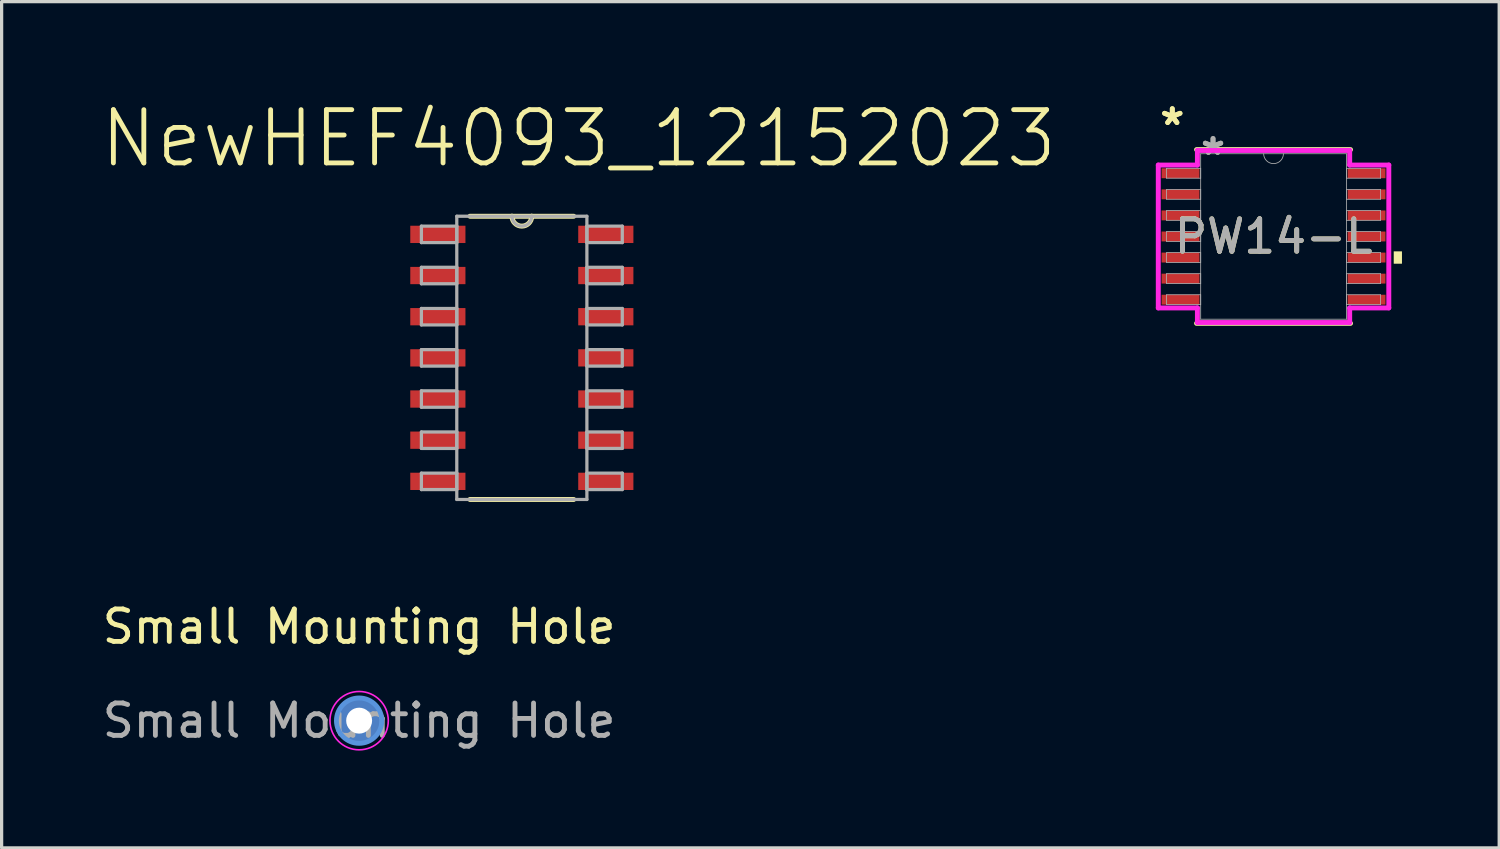
<source format=kicad_pcb>
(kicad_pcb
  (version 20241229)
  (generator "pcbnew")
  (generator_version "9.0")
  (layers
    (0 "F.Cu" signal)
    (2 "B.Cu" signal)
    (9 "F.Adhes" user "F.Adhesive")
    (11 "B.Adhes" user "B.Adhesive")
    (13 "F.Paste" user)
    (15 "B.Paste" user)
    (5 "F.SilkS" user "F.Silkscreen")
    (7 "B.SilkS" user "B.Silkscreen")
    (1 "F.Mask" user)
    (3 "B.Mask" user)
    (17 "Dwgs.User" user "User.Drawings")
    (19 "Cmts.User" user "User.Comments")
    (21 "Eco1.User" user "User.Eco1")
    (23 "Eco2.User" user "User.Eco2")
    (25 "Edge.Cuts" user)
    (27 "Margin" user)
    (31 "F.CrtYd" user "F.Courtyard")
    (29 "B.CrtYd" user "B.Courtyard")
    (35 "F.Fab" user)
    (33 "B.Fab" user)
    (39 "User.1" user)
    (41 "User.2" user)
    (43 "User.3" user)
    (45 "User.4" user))
  (footprint "NewHEF4093_12152023"
    (layer "F.Cu")
    (at 13.05 7.991)
    (property "Reference" "NewHEF4093_12152023" (at 1.755 -6.767 0) (layer "F.SilkS") (effects (font (size 1.643 1.643) (thickness 0.15))))
    (attr smd)
    (fp_line (start -1.6 4.369) (end 1.6 4.369) (stroke (width 0.152) (type solid)) (layer "F.SilkS"))
    (fp_line (start -0.305 -4.369) (end -1.6 -4.369) (stroke (width 0.152) (type solid)) (layer "F.SilkS"))
    (fp_line (start 0.305 -4.369) (end -0.305 -4.369) (stroke (width 0.152) (type solid)) (layer "F.SilkS"))
    (fp_line (start 1.6 -4.369) (end 0.305 -4.369) (stroke (width 0.152) (type solid)) (layer "F.SilkS"))
    (fp_arc (start 0.3048 -4.3688) (mid 0 -4.064) (end -0.3048 -4.3688) (stroke (width 0.1524) (type solid)) (layer "F.SilkS"))
    (fp_line (start -3.099 -4.064) (end -3.099 -3.556) (stroke (width 0.1) (type solid)) (layer "F.Fab"))
    (fp_line (start -3.099 -3.556) (end -2.007 -3.556) (stroke (width 0.1) (type solid)) (layer "F.Fab"))
    (fp_line (start -3.099 -2.794) (end -3.099 -2.286) (stroke (width 0.1) (type solid)) (layer "F.Fab"))
    (fp_line (start -3.099 -2.286) (end -2.007 -2.286) (stroke (width 0.1) (type solid)) (layer "F.Fab"))
    (fp_line (start -3.099 -1.524) (end -3.099 -1.016) (stroke (width 0.1) (type solid)) (layer "F.Fab"))
    (fp_line (start -3.099 -1.016) (end -2.007 -1.016) (stroke (width 0.1) (type solid)) (layer "F.Fab"))
    (fp_line (start -3.099 -0.254) (end -3.099 0.254) (stroke (width 0.1) (type solid)) (layer "F.Fab"))
    (fp_line (start -3.099 0.254) (end -2.007 0.254) (stroke (width 0.1) (type solid)) (layer "F.Fab"))
    (fp_line (start -3.099 1.016) (end -3.099 1.524) (stroke (width 0.1) (type solid)) (layer "F.Fab"))
    (fp_line (start -3.099 1.524) (end -2.007 1.524) (stroke (width 0.1) (type solid)) (layer "F.Fab"))
    (fp_line (start -3.099 2.286) (end -3.099 2.794) (stroke (width 0.1) (type solid)) (layer "F.Fab"))
    (fp_line (start -3.099 2.794) (end -2.007 2.794) (stroke (width 0.1) (type solid)) (layer "F.Fab"))
    (fp_line (start -3.099 3.556) (end -3.099 4.064) (stroke (width 0.1) (type solid)) (layer "F.Fab"))
    (fp_line (start -3.099 4.064) (end -2.007 4.064) (stroke (width 0.1) (type solid)) (layer "F.Fab"))
    (fp_line (start -2.007 -4.369) (end -2.007 4.369) (stroke (width 0.1) (type solid)) (layer "F.Fab"))
    (fp_line (start -2.007 -4.064) (end -3.099 -4.064) (stroke (width 0.1) (type solid)) (layer "F.Fab"))
    (fp_line (start -2.007 -3.556) (end -2.007 -4.064) (stroke (width 0.1) (type solid)) (layer "F.Fab"))
    (fp_line (start -2.007 -2.794) (end -3.099 -2.794) (stroke (width 0.1) (type solid)) (layer "F.Fab"))
    (fp_line (start -2.007 -2.286) (end -2.007 -2.794) (stroke (width 0.1) (type solid)) (layer "F.Fab"))
    (fp_line (start -2.007 -1.524) (end -3.099 -1.524) (stroke (width 0.1) (type solid)) (layer "F.Fab"))
    (fp_line (start -2.007 -1.016) (end -2.007 -1.524) (stroke (width 0.1) (type solid)) (layer "F.Fab"))
    (fp_line (start -2.007 -0.254) (end -3.099 -0.254) (stroke (width 0.1) (type solid)) (layer "F.Fab"))
    (fp_line (start -2.007 0.254) (end -2.007 -0.254) (stroke (width 0.1) (type solid)) (layer "F.Fab"))
    (fp_line (start -2.007 1.016) (end -3.099 1.016) (stroke (width 0.1) (type solid)) (layer "F.Fab"))
    (fp_line (start -2.007 1.524) (end -2.007 1.016) (stroke (width 0.1) (type solid)) (layer "F.Fab"))
    (fp_line (start -2.007 2.286) (end -3.099 2.286) (stroke (width 0.1) (type solid)) (layer "F.Fab"))
    (fp_line (start -2.007 2.794) (end -2.007 2.286) (stroke (width 0.1) (type solid)) (layer "F.Fab"))
    (fp_line (start -2.007 3.556) (end -3.099 3.556) (stroke (width 0.1) (type solid)) (layer "F.Fab"))
    (fp_line (start -2.007 4.064) (end -2.007 3.556) (stroke (width 0.1) (type solid)) (layer "F.Fab"))
    (fp_line (start -2.007 4.369) (end 2.007 4.369) (stroke (width 0.1) (type solid)) (layer "F.Fab"))
    (fp_line (start -0.305 -4.369) (end -2.007 -4.369) (stroke (width 0.1) (type solid)) (layer "F.Fab"))
    (fp_line (start 0.305 -4.369) (end -0.305 -4.369) (stroke (width 0.1) (type solid)) (layer "F.Fab"))
    (fp_line (start 2.007 -4.369) (end 0.305 -4.369) (stroke (width 0.1) (type solid)) (layer "F.Fab"))
    (fp_line (start 2.007 -4.064) (end 2.007 -3.556) (stroke (width 0.1) (type solid)) (layer "F.Fab"))
    (fp_line (start 2.007 -3.556) (end 3.099 -3.556) (stroke (width 0.1) (type solid)) (layer "F.Fab"))
    (fp_line (start 2.007 -2.794) (end 2.007 -2.286) (stroke (width 0.1) (type solid)) (layer "F.Fab"))
    (fp_line (start 2.007 -2.286) (end 3.099 -2.286) (stroke (width 0.1) (type solid)) (layer "F.Fab"))
    (fp_line (start 2.007 -1.524) (end 2.007 -1.016) (stroke (width 0.1) (type solid)) (layer "F.Fab"))
    (fp_line (start 2.007 -1.016) (end 3.099 -1.016) (stroke (width 0.1) (type solid)) (layer "F.Fab"))
    (fp_line (start 2.007 -0.254) (end 2.007 0.254) (stroke (width 0.1) (type solid)) (layer "F.Fab"))
    (fp_line (start 2.007 0.254) (end 3.099 0.254) (stroke (width 0.1) (type solid)) (layer "F.Fab"))
    (fp_line (start 2.007 1.016) (end 2.007 1.524) (stroke (width 0.1) (type solid)) (layer "F.Fab"))
    (fp_line (start 2.007 1.524) (end 3.099 1.524) (stroke (width 0.1) (type solid)) (layer "F.Fab"))
    (fp_line (start 2.007 2.286) (end 2.007 2.794) (stroke (width 0.1) (type solid)) (layer "F.Fab"))
    (fp_line (start 2.007 2.794) (end 3.099 2.794) (stroke (width 0.1) (type solid)) (layer "F.Fab"))
    (fp_line (start 2.007 3.556) (end 2.007 4.064) (stroke (width 0.1) (type solid)) (layer "F.Fab"))
    (fp_line (start 2.007 4.064) (end 3.099 4.064) (stroke (width 0.1) (type solid)) (layer "F.Fab"))
    (fp_line (start 2.007 4.369) (end 2.007 -4.369) (stroke (width 0.1) (type solid)) (layer "F.Fab"))
    (fp_line (start 3.099 -4.064) (end 2.007 -4.064) (stroke (width 0.1) (type solid)) (layer "F.Fab"))
    (fp_line (start 3.099 -3.556) (end 3.099 -4.064) (stroke (width 0.1) (type solid)) (layer "F.Fab"))
    (fp_line (start 3.099 -2.794) (end 2.007 -2.794) (stroke (width 0.1) (type solid)) (layer "F.Fab"))
    (fp_line (start 3.099 -2.286) (end 3.099 -2.794) (stroke (width 0.1) (type solid)) (layer "F.Fab"))
    (fp_line (start 3.099 -1.524) (end 2.007 -1.524) (stroke (width 0.1) (type solid)) (layer "F.Fab"))
    (fp_line (start 3.099 -1.016) (end 3.099 -1.524) (stroke (width 0.1) (type solid)) (layer "F.Fab"))
    (fp_line (start 3.099 -0.254) (end 2.007 -0.254) (stroke (width 0.1) (type solid)) (layer "F.Fab"))
    (fp_line (start 3.099 0.254) (end 3.099 -0.254) (stroke (width 0.1) (type solid)) (layer "F.Fab"))
    (fp_line (start 3.099 1.016) (end 2.007 1.016) (stroke (width 0.1) (type solid)) (layer "F.Fab"))
    (fp_line (start 3.099 1.524) (end 3.099 1.016) (stroke (width 0.1) (type solid)) (layer "F.Fab"))
    (fp_line (start 3.099 2.286) (end 2.007 2.286) (stroke (width 0.1) (type solid)) (layer "F.Fab"))
    (fp_line (start 3.099 2.794) (end 3.099 2.286) (stroke (width 0.1) (type solid)) (layer "F.Fab"))
    (fp_line (start 3.099 3.556) (end 2.007 3.556) (stroke (width 0.1) (type solid)) (layer "F.Fab"))
    (fp_line (start 3.099 4.064) (end 3.099 3.556) (stroke (width 0.1) (type solid)) (layer "F.Fab"))
    (fp_arc (start 0.3048 -4.3688) (mid 0 -4.064) (end -0.3048 -4.3688) (stroke (width 0.1) (type solid)) (layer "F.Fab"))
    (pad "1" smd rect (at -2.591 -3.81) (size 1.702 0.533) (layers "F.Cu" "F.Mask" "F.Paste"))
    (pad "2" smd rect (at -2.591 -2.54) (size 1.702 0.533) (layers "F.Cu" "F.Mask" "F.Paste"))
    (pad "3" smd rect (at -2.591 -1.27) (size 1.702 0.533) (layers "F.Cu" "F.Mask" "F.Paste"))
    (pad "4" smd rect (at -2.591 0) (size 1.702 0.533) (layers "F.Cu" "F.Mask" "F.Paste"))
    (pad "5" smd rect (at -2.591 1.27) (size 1.702 0.533) (layers "F.Cu" "F.Mask" "F.Paste"))
    (pad "6" smd rect (at -2.591 2.54) (size 1.702 0.533) (layers "F.Cu" "F.Mask" "F.Paste"))
    (pad "7" smd rect (at -2.591 3.81) (size 1.702 0.533) (layers "F.Cu" "F.Mask" "F.Paste"))
    (pad "8" smd rect (at 2.591 3.81) (size 1.702 0.533) (layers "F.Cu" "F.Mask" "F.Paste"))
    (pad "9" smd rect (at 2.591 2.54) (size 1.702 0.533) (layers "F.Cu" "F.Mask" "F.Paste"))
    (pad "10" smd rect (at 2.591 1.27) (size 1.702 0.533) (layers "F.Cu" "F.Mask" "F.Paste"))
    (pad "11" smd rect (at 2.591 0) (size 1.702 0.533) (layers "F.Cu" "F.Mask" "F.Paste"))
    (pad "12" smd rect (at 2.591 -1.27) (size 1.702 0.533) (layers "F.Cu" "F.Mask" "F.Paste"))
    (pad "13" smd rect (at 2.591 -2.54) (size 1.702 0.533) (layers "F.Cu" "F.Mask" "F.Paste"))
    (pad "14" smd rect (at 2.591 -3.81) (size 1.702 0.533) (layers "F.Cu" "F.Mask" "F.Paste")))
  (footprint "Small Mounting Hole"
    (layer "F.Cu")
    (at 8.03 19.184)
    (property "Reference" "Small Mounting Hole" (at 0 -2.9 0) (layer "F.SilkS") (effects (font (size 1 1) (thickness 0.15))))
    (attr exclude_from_pos_files exclude_from_bom)
    (fp_circle (center 0 0) (end 0.7 0) (stroke (width 0.15) (type solid)) (fill no) (layer "Cmts.User"))
    (fp_circle (center 0 0) (end 0.9 0) (stroke (width 0.05) (type solid)) (fill no) (layer "F.CrtYd"))
    (fp_text user "${REFERENCE}" (at 0 0 0) (layer "F.Fab") (effects (font (size 1 1) (thickness 0.15))))
    (pad "1" thru_hole circle (at 0 0) (size 1.2 1.2) (drill 0.8) (layers "*.Cu" "*.Mask"))
    (pad "1" connect circle (at 0 0) (size 1.4 1.4) (layers "F.Cu" "F.Mask"))
    (pad "1" connect circle (at 0 0) (size 1.5 1.5) (layers "B.Cu" "B.Mask")))
  (footprint "PW14-L"
    (layer "F.Cu")
    (at 36.242 4.246)
    (property "Reference" "PW14-L" (at 0 0 0) (unlocked yes) (layer "F.SilkS") (effects (font (size 1 1) (thickness 0.15))))
    (attr smd)
    (fp_line (start -2.375 2.68) (end 2.375 2.68) (stroke (width 0.152) (type solid)) (layer "F.SilkS"))
    (fp_line (start 2.375 -2.68) (end -2.375 -2.68) (stroke (width 0.152) (type solid)) (layer "F.SilkS"))
    (fp_poly (pts (xy 3.962 0.459) (xy 3.962 0.84) (xy 3.708 0.84) (xy 3.708 0.459)) (stroke (width 0) (type solid)) (fill yes) (layer "F.SilkS"))
    (fp_line (start -3.556 -2.204) (end -2.349 -2.204) (stroke (width 0.152) (type solid)) (layer "F.CrtYd"))
    (fp_line (start -3.556 2.204) (end -3.556 -2.204) (stroke (width 0.152) (type solid)) (layer "F.CrtYd"))
    (fp_line (start -3.556 2.204) (end -2.349 2.204) (stroke (width 0.152) (type solid)) (layer "F.CrtYd"))
    (fp_line (start -2.349 -2.654) (end 2.349 -2.654) (stroke (width 0.152) (type solid)) (layer "F.CrtYd"))
    (fp_line (start -2.349 -2.204) (end -2.349 -2.654) (stroke (width 0.152) (type solid)) (layer "F.CrtYd"))
    (fp_line (start -2.349 2.654) (end -2.349 2.204) (stroke (width 0.152) (type solid)) (layer "F.CrtYd"))
    (fp_line (start 2.349 -2.654) (end 2.349 -2.204) (stroke (width 0.152) (type solid)) (layer "F.CrtYd"))
    (fp_line (start 2.349 2.204) (end 2.349 2.654) (stroke (width 0.152) (type solid)) (layer "F.CrtYd"))
    (fp_line (start 2.349 2.654) (end -2.349 2.654) (stroke (width 0.152) (type solid)) (layer "F.CrtYd"))
    (fp_line (start 3.556 -2.204) (end 2.349 -2.204) (stroke (width 0.152) (type solid)) (layer "F.CrtYd"))
    (fp_line (start 3.556 -2.204) (end 3.556 2.204) (stroke (width 0.152) (type solid)) (layer "F.CrtYd"))
    (fp_line (start 3.556 2.204) (end 2.349 2.204) (stroke (width 0.152) (type solid)) (layer "F.CrtYd"))
    (fp_line (start -3.302 -2.102) (end -3.302 -1.798) (stroke (width 0.025) (type solid)) (layer "F.Fab"))
    (fp_line (start -3.302 -1.798) (end -2.248 -1.798) (stroke (width 0.025) (type solid)) (layer "F.Fab"))
    (fp_line (start -3.302 -1.452) (end -3.302 -1.148) (stroke (width 0.025) (type solid)) (layer "F.Fab"))
    (fp_line (start -3.302 -1.148) (end -2.248 -1.148) (stroke (width 0.025) (type solid)) (layer "F.Fab"))
    (fp_line (start -3.302 -0.802) (end -3.302 -0.498) (stroke (width 0.025) (type solid)) (layer "F.Fab"))
    (fp_line (start -3.302 -0.498) (end -2.248 -0.498) (stroke (width 0.025) (type solid)) (layer "F.Fab"))
    (fp_line (start -3.302 -0.152) (end -3.302 0.152) (stroke (width 0.025) (type solid)) (layer "F.Fab"))
    (fp_line (start -3.302 0.152) (end -2.248 0.152) (stroke (width 0.025) (type solid)) (layer "F.Fab"))
    (fp_line (start -3.302 0.498) (end -3.302 0.802) (stroke (width 0.025) (type solid)) (layer "F.Fab"))
    (fp_line (start -3.302 0.802) (end -2.248 0.802) (stroke (width 0.025) (type solid)) (layer "F.Fab"))
    (fp_line (start -3.302 1.148) (end -3.302 1.452) (stroke (width 0.025) (type solid)) (layer "F.Fab"))
    (fp_line (start -3.302 1.452) (end -2.248 1.452) (stroke (width 0.025) (type solid)) (layer "F.Fab"))
    (fp_line (start -3.302 1.798) (end -3.302 2.102) (stroke (width 0.025) (type solid)) (layer "F.Fab"))
    (fp_line (start -3.302 2.102) (end -2.248 2.102) (stroke (width 0.025) (type solid)) (layer "F.Fab"))
    (fp_line (start -2.248 -2.553) (end -2.248 2.553) (stroke (width 0.025) (type solid)) (layer "F.Fab"))
    (fp_line (start -2.248 -2.102) (end -3.302 -2.102) (stroke (width 0.025) (type solid)) (layer "F.Fab"))
    (fp_line (start -2.248 -1.798) (end -2.248 -2.102) (stroke (width 0.025) (type solid)) (layer "F.Fab"))
    (fp_line (start -2.248 -1.452) (end -3.302 -1.452) (stroke (width 0.025) (type solid)) (layer "F.Fab"))
    (fp_line (start -2.248 -1.148) (end -2.248 -1.452) (stroke (width 0.025) (type solid)) (layer "F.Fab"))
    (fp_line (start -2.248 -0.802) (end -3.302 -0.802) (stroke (width 0.025) (type solid)) (layer "F.Fab"))
    (fp_line (start -2.248 -0.498) (end -2.248 -0.802) (stroke (width 0.025) (type solid)) (layer "F.Fab"))
    (fp_line (start -2.248 -0.152) (end -3.302 -0.152) (stroke (width 0.025) (type solid)) (layer "F.Fab"))
    (fp_line (start -2.248 0.152) (end -2.248 -0.152) (stroke (width 0.025) (type solid)) (layer "F.Fab"))
    (fp_line (start -2.248 0.498) (end -3.302 0.498) (stroke (width 0.025) (type solid)) (layer "F.Fab"))
    (fp_line (start -2.248 0.802) (end -2.248 0.498) (stroke (width 0.025) (type solid)) (layer "F.Fab"))
    (fp_line (start -2.248 1.148) (end -3.302 1.148) (stroke (width 0.025) (type solid)) (layer "F.Fab"))
    (fp_line (start -2.248 1.452) (end -2.248 1.148) (stroke (width 0.025) (type solid)) (layer "F.Fab"))
    (fp_line (start -2.248 1.798) (end -3.302 1.798) (stroke (width 0.025) (type solid)) (layer "F.Fab"))
    (fp_line (start -2.248 2.102) (end -2.248 1.798) (stroke (width 0.025) (type solid)) (layer "F.Fab"))
    (fp_line (start -2.248 2.553) (end 2.248 2.553) (stroke (width 0.025) (type solid)) (layer "F.Fab"))
    (fp_line (start 2.248 -2.553) (end -2.248 -2.553) (stroke (width 0.025) (type solid)) (layer "F.Fab"))
    (fp_line (start 2.248 -2.102) (end 2.248 -1.798) (stroke (width 0.025) (type solid)) (layer "F.Fab"))
    (fp_line (start 2.248 -1.798) (end 3.302 -1.798) (stroke (width 0.025) (type solid)) (layer "F.Fab"))
    (fp_line (start 2.248 -1.452) (end 2.248 -1.148) (stroke (width 0.025) (type solid)) (layer "F.Fab"))
    (fp_line (start 2.248 -1.148) (end 3.302 -1.148) (stroke (width 0.025) (type solid)) (layer "F.Fab"))
    (fp_line (start 2.248 -0.802) (end 2.248 -0.498) (stroke (width 0.025) (type solid)) (layer "F.Fab"))
    (fp_line (start 2.248 -0.498) (end 3.302 -0.498) (stroke (width 0.025) (type solid)) (layer "F.Fab"))
    (fp_line (start 2.248 -0.152) (end 2.248 0.152) (stroke (width 0.025) (type solid)) (layer "F.Fab"))
    (fp_line (start 2.248 0.152) (end 3.302 0.152) (stroke (width 0.025) (type solid)) (layer "F.Fab"))
    (fp_line (start 2.248 0.498) (end 2.248 0.802) (stroke (width 0.025) (type solid)) (layer "F.Fab"))
    (fp_line (start 2.248 0.802) (end 3.302 0.802) (stroke (width 0.025) (type solid)) (layer "F.Fab"))
    (fp_line (start 2.248 1.148) (end 2.248 1.452) (stroke (width 0.025) (type solid)) (layer "F.Fab"))
    (fp_line (start 2.248 1.452) (end 3.302 1.452) (stroke (width 0.025) (type solid)) (layer "F.Fab"))
    (fp_line (start 2.248 1.798) (end 2.248 2.102) (stroke (width 0.025) (type solid)) (layer "F.Fab"))
    (fp_line (start 2.248 2.102) (end 3.302 2.102) (stroke (width 0.025) (type solid)) (layer "F.Fab"))
    (fp_line (start 2.248 2.553) (end 2.248 -2.553) (stroke (width 0.025) (type solid)) (layer "F.Fab"))
    (fp_line (start 3.302 -2.102) (end 2.248 -2.102) (stroke (width 0.025) (type solid)) (layer "F.Fab"))
    (fp_line (start 3.302 -1.798) (end 3.302 -2.102) (stroke (width 0.025) (type solid)) (layer "F.Fab"))
    (fp_line (start 3.302 -1.452) (end 2.248 -1.452) (stroke (width 0.025) (type solid)) (layer "F.Fab"))
    (fp_line (start 3.302 -1.148) (end 3.302 -1.452) (stroke (width 0.025) (type solid)) (layer "F.Fab"))
    (fp_line (start 3.302 -0.802) (end 2.248 -0.802) (stroke (width 0.025) (type solid)) (layer "F.Fab"))
    (fp_line (start 3.302 -0.498) (end 3.302 -0.802) (stroke (width 0.025) (type solid)) (layer "F.Fab"))
    (fp_line (start 3.302 -0.152) (end 2.248 -0.152) (stroke (width 0.025) (type solid)) (layer "F.Fab"))
    (fp_line (start 3.302 0.152) (end 3.302 -0.152) (stroke (width 0.025) (type solid)) (layer "F.Fab"))
    (fp_line (start 3.302 0.498) (end 2.248 0.498) (stroke (width 0.025) (type solid)) (layer "F.Fab"))
    (fp_line (start 3.302 0.802) (end 3.302 0.498) (stroke (width 0.025) (type solid)) (layer "F.Fab"))
    (fp_line (start 3.302 1.148) (end 2.248 1.148) (stroke (width 0.025) (type solid)) (layer "F.Fab"))
    (fp_line (start 3.302 1.452) (end 3.302 1.148) (stroke (width 0.025) (type solid)) (layer "F.Fab"))
    (fp_line (start 3.302 1.798) (end 2.248 1.798) (stroke (width 0.025) (type solid)) (layer "F.Fab"))
    (fp_line (start 3.302 2.102) (end 3.302 1.798) (stroke (width 0.025) (type solid)) (layer "F.Fab"))
    (fp_arc (start 0.3048 -2.5527) (mid 0 -2.2479) (end -0.3048 -2.5527) (stroke (width 0.0254) (type solid)) (layer "F.Fab"))
    (fp_text user "*" (at -3.124 -3.398 0) (layer "F.SilkS") (effects (font (size 1 1) (thickness 0.15))))
    (fp_text user "*" (at -3.124 -3.398 0) (unlocked yes) (layer "F.SilkS") (effects (font (size 1 1) (thickness 0.15))))
    (fp_text user "${REFERENCE}" (at 0 0 0) (unlocked yes) (layer "F.Fab") (effects (font (size 1 1) (thickness 0.15))))
    (fp_text user "*" (at -1.867 -2.477 0) (layer "F.Fab") (effects (font (size 1 1) (thickness 0.15))))
    (fp_text user "*" (at -1.867 -2.477 0) (unlocked yes) (layer "F.Fab") (effects (font (size 1 1) (thickness 0.15))))
    (pad "1" smd rect (at -2.87 -1.95) (size 1.168 0.305) (layers "F.Cu" "F.Mask" "F.Paste"))
    (pad "2" smd rect (at -2.87 -1.3) (size 1.168 0.305) (layers "F.Cu" "F.Mask" "F.Paste"))
    (pad "3" smd rect (at -2.87 -0.65) (size 1.168 0.305) (layers "F.Cu" "F.Mask" "F.Paste"))
    (pad "4" smd rect (at -2.87 0) (size 1.168 0.305) (layers "F.Cu" "F.Mask" "F.Paste"))
    (pad "5" smd rect (at -2.87 0.65) (size 1.168 0.305) (layers "F.Cu" "F.Mask" "F.Paste"))
    (pad "6" smd rect (at -2.87 1.3) (size 1.168 0.305) (layers "F.Cu" "F.Mask" "F.Paste"))
    (pad "7" smd rect (at -2.87 1.95) (size 1.168 0.305) (layers "F.Cu" "F.Mask" "F.Paste"))
    (pad "8" smd rect (at 2.87 1.95) (size 1.168 0.305) (layers "F.Cu" "F.Mask" "F.Paste"))
    (pad "9" smd rect (at 2.87 1.3) (size 1.168 0.305) (layers "F.Cu" "F.Mask" "F.Paste"))
    (pad "10" smd rect (at 2.87 0.65) (size 1.168 0.305) (layers "F.Cu" "F.Mask" "F.Paste"))
    (pad "11" smd rect (at 2.87 0) (size 1.168 0.305) (layers "F.Cu" "F.Mask" "F.Paste"))
    (pad "12" smd rect (at 2.87 -0.65) (size 1.168 0.305) (layers "F.Cu" "F.Mask" "F.Paste"))
    (pad "13" smd rect (at 2.87 -1.3) (size 1.168 0.305) (layers "F.Cu" "F.Mask" "F.Paste"))
    (pad "14" smd rect (at 2.87 -1.95) (size 1.168 0.305) (layers "F.Cu" "F.Mask" "F.Paste")))
  (gr_rect
    (start -3 -3)
    (end 43.204 23.109)
    (stroke (width 0.1) (type default))
    (fill no)
    (layer "Edge.Cuts")))
</source>
